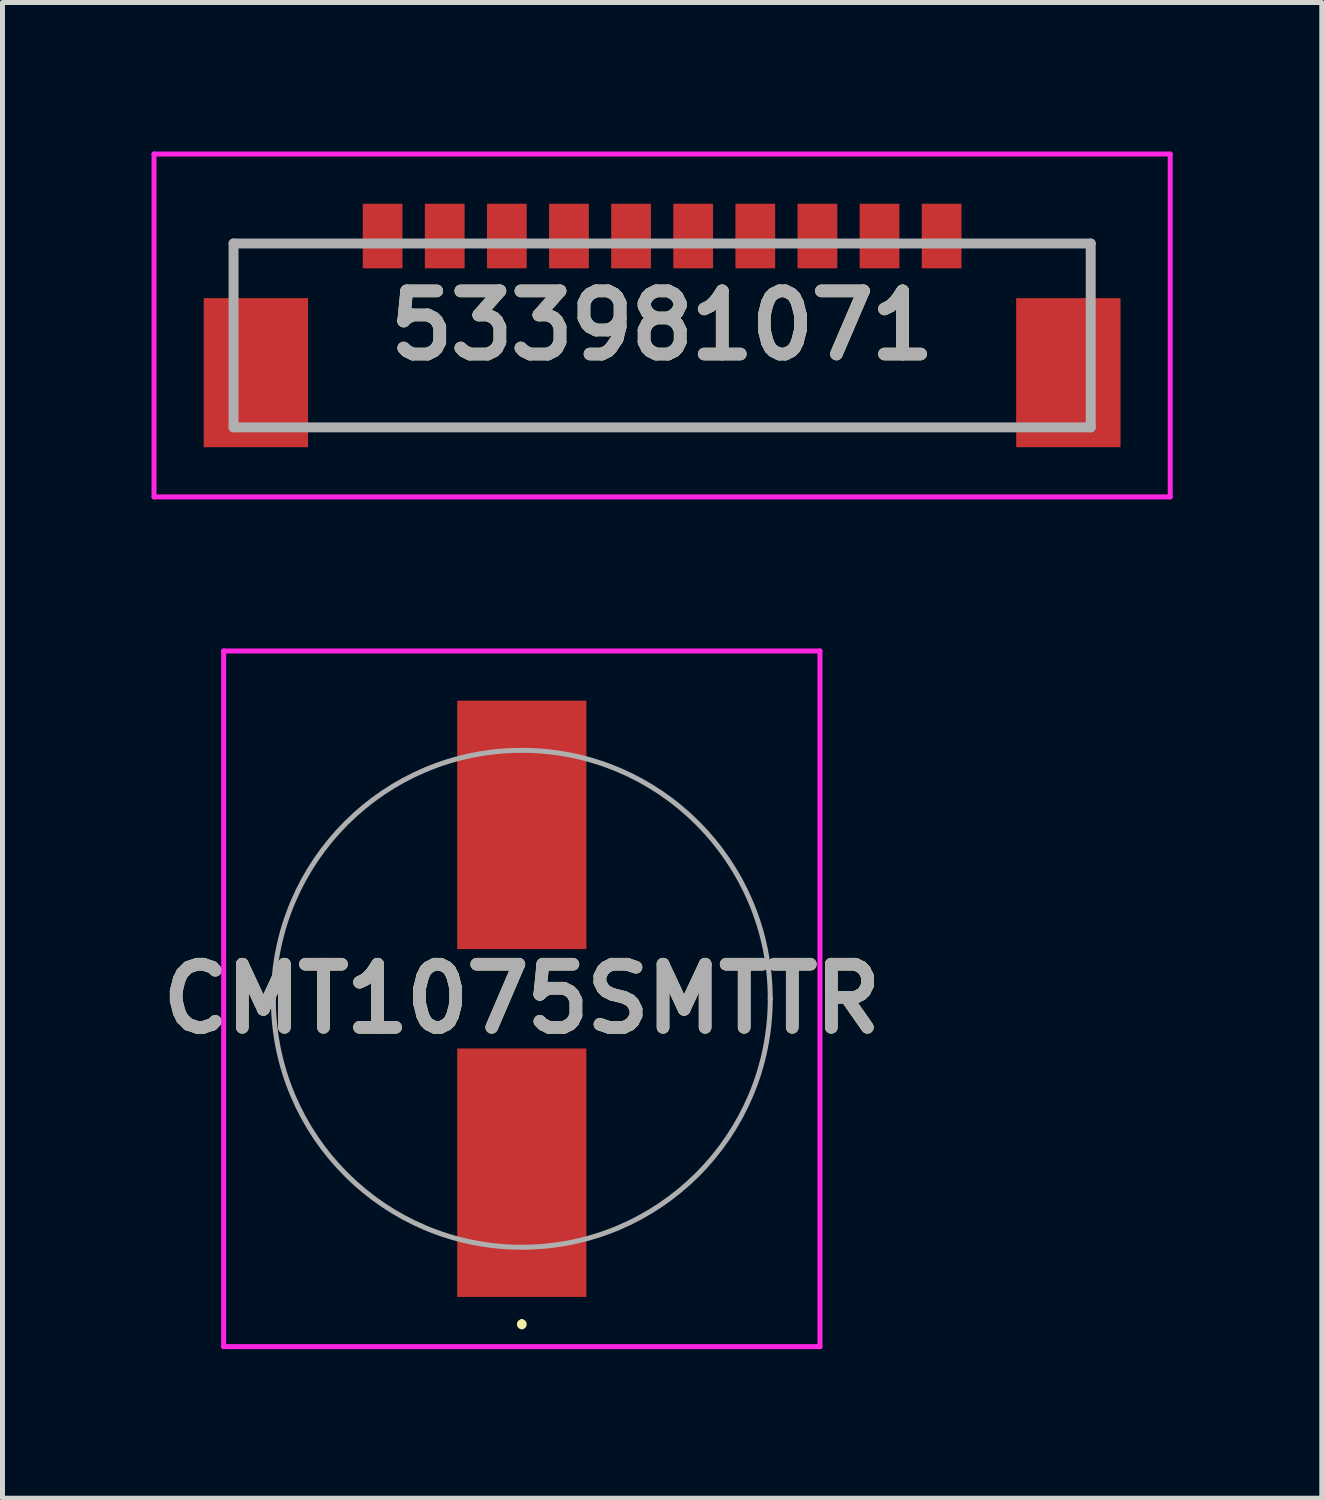
<source format=kicad_pcb>
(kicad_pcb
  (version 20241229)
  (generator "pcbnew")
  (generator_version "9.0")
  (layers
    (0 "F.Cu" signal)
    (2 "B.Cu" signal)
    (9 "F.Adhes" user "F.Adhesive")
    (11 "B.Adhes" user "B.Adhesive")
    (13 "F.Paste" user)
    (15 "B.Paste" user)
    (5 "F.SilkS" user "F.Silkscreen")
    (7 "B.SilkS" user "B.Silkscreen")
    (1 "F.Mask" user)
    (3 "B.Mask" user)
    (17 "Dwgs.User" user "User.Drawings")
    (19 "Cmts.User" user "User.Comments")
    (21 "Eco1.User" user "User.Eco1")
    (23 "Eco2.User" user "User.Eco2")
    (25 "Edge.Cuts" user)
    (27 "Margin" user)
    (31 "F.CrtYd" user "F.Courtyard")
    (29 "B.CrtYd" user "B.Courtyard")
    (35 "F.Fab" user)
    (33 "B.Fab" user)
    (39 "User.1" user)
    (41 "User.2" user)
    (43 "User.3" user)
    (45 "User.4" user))
  (footprint "CMT1075SMTTR"
    (layer "F.Cu")
    (at 7.451 17.05)
    (property "Reference" "CMT1075SMTTR" (at 0 0 0) (layer "F.SilkS") (effects (font (size 1.27 1.27) (thickness 0.254))))
    (attr smd)
    (fp_line (start 0 6.5) (end 0 6.5) (stroke (width 0.1) (type solid)) (layer "F.SilkS"))
    (fp_line (start 0 6.6) (end 0 6.6) (stroke (width 0.1) (type solid)) (layer "F.SilkS"))
    (fp_arc (start 0 6.5) (mid 0.05 6.55) (end 0 6.6) (stroke (width 0.1) (type solid)) (layer "F.SilkS"))
    (fp_arc (start 0 6.6) (mid -0.05 6.55) (end 0 6.5) (stroke (width 0.1) (type solid)) (layer "F.SilkS"))
    (fp_line (start -6 -7) (end 6 -7) (stroke (width 0.1) (type solid)) (layer "F.CrtYd"))
    (fp_line (start -6 7) (end -6 -7) (stroke (width 0.1) (type solid)) (layer "F.CrtYd"))
    (fp_line (start 6 -7) (end 6 7) (stroke (width 0.1) (type solid)) (layer "F.CrtYd"))
    (fp_line (start 6 7) (end -6 7) (stroke (width 0.1) (type solid)) (layer "F.CrtYd"))
    (fp_line (start -5 0) (end -5 0) (stroke (width 0.1) (type solid)) (layer "F.Fab"))
    (fp_line (start 5 0) (end 5 0) (stroke (width 0.1) (type solid)) (layer "F.Fab"))
    (fp_arc (start -5 0) (mid 0 -5) (end 5 0) (stroke (width 0.1) (type solid)) (layer "F.Fab"))
    (fp_arc (start 5 0) (mid 0 5) (end -5 0) (stroke (width 0.1) (type solid)) (layer "F.Fab"))
    (fp_text user "${REFERENCE}" (at 0 0 0) (layer "F.Fab") (effects (font (size 1.27 1.27) (thickness 0.254))))
    (pad "1" smd rect (at 0 3.5) (size 2.6 5) (layers "F.Cu" "F.Mask" "F.Paste"))
    (pad "2" smd rect (at 0 -3.5) (size 2.6 5) (layers "F.Cu" "F.Mask" "F.Paste")))
  (footprint "533981071"
    (layer "F.Cu")
    (at 10.275 3.5)
    (property "Reference" "533981071" (at 0 0 0) (layer "F.SilkS") (effects (font (size 1.27 1.27) (thickness 0.254))))
    (attr smd)
    (fp_line (start -8.625 -1.65) (end -8.625 -1.15) (stroke (width 0.1) (type solid)) (layer "F.SilkS"))
    (fp_line (start -7 2.05) (end 7 2.05) (stroke (width 0.1) (type solid)) (layer "F.SilkS"))
    (fp_line (start -6.5 -1.65) (end -8.625 -1.65) (stroke (width 0.1) (type solid)) (layer "F.SilkS"))
    (fp_line (start 6.5 -1.65) (end 8.625 -1.65) (stroke (width 0.1) (type solid)) (layer "F.SilkS"))
    (fp_line (start 8.625 -1.65) (end 8.625 -1.15) (stroke (width 0.1) (type solid)) (layer "F.SilkS"))
    (fp_line (start -10.225 -3.45) (end 10.225 -3.45) (stroke (width 0.1) (type solid)) (layer "F.CrtYd"))
    (fp_line (start -10.225 3.45) (end -10.225 -3.45) (stroke (width 0.1) (type solid)) (layer "F.CrtYd"))
    (fp_line (start 10.225 -3.45) (end 10.225 3.45) (stroke (width 0.1) (type solid)) (layer "F.CrtYd"))
    (fp_line (start 10.225 3.45) (end -10.225 3.45) (stroke (width 0.1) (type solid)) (layer "F.CrtYd"))
    (fp_line (start -8.625 -1.65) (end 8.625 -1.65) (stroke (width 0.2) (type solid)) (layer "F.Fab"))
    (fp_line (start -8.625 2.05) (end -8.625 -1.65) (stroke (width 0.2) (type solid)) (layer "F.Fab"))
    (fp_line (start 8.625 -1.65) (end 8.625 2.05) (stroke (width 0.2) (type solid)) (layer "F.Fab"))
    (fp_line (start 8.625 2.05) (end -8.625 2.05) (stroke (width 0.2) (type solid)) (layer "F.Fab"))
    (fp_text user "${REFERENCE}" (at 0 0 0) (layer "F.Fab") (effects (font (size 1.27 1.27) (thickness 0.254))))
    (pad "1" smd rect (at -5.625 -1.8) (size 0.8 1.3) (layers "F.Cu" "F.Mask" "F.Paste"))
    (pad "2" smd rect (at -4.375 -1.8) (size 0.8 1.3) (layers "F.Cu" "F.Mask" "F.Paste"))
    (pad "3" smd rect (at -3.125 -1.8) (size 0.8 1.3) (layers "F.Cu" "F.Mask" "F.Paste"))
    (pad "4" smd rect (at -1.875 -1.8) (size 0.8 1.3) (layers "F.Cu" "F.Mask" "F.Paste"))
    (pad "5" smd rect (at -0.625 -1.8) (size 0.8 1.3) (layers "F.Cu" "F.Mask" "F.Paste"))
    (pad "6" smd rect (at 0.625 -1.8) (size 0.8 1.3) (layers "F.Cu" "F.Mask" "F.Paste"))
    (pad "7" smd rect (at 1.875 -1.8) (size 0.8 1.3) (layers "F.Cu" "F.Mask" "F.Paste"))
    (pad "8" smd rect (at 3.125 -1.8) (size 0.8 1.3) (layers "F.Cu" "F.Mask" "F.Paste"))
    (pad "9" smd rect (at 4.375 -1.8) (size 0.8 1.3) (layers "F.Cu" "F.Mask" "F.Paste"))
    (pad "10" smd rect (at 5.625 -1.8) (size 0.8 1.3) (layers "F.Cu" "F.Mask" "F.Paste"))
    (pad "11" smd rect (at -8.175 0.95) (size 2.1 3) (layers "F.Cu" "F.Mask" "F.Paste"))
    (pad "12" smd rect (at 8.175 0.95) (size 2.1 3) (layers "F.Cu" "F.Mask" "F.Paste")))
  (gr_rect
    (start -3 -3)
    (end 23.55 27.1)
    (stroke (width 0.1) (type default))
    (fill no)
    (layer "Edge.Cuts")))
</source>
